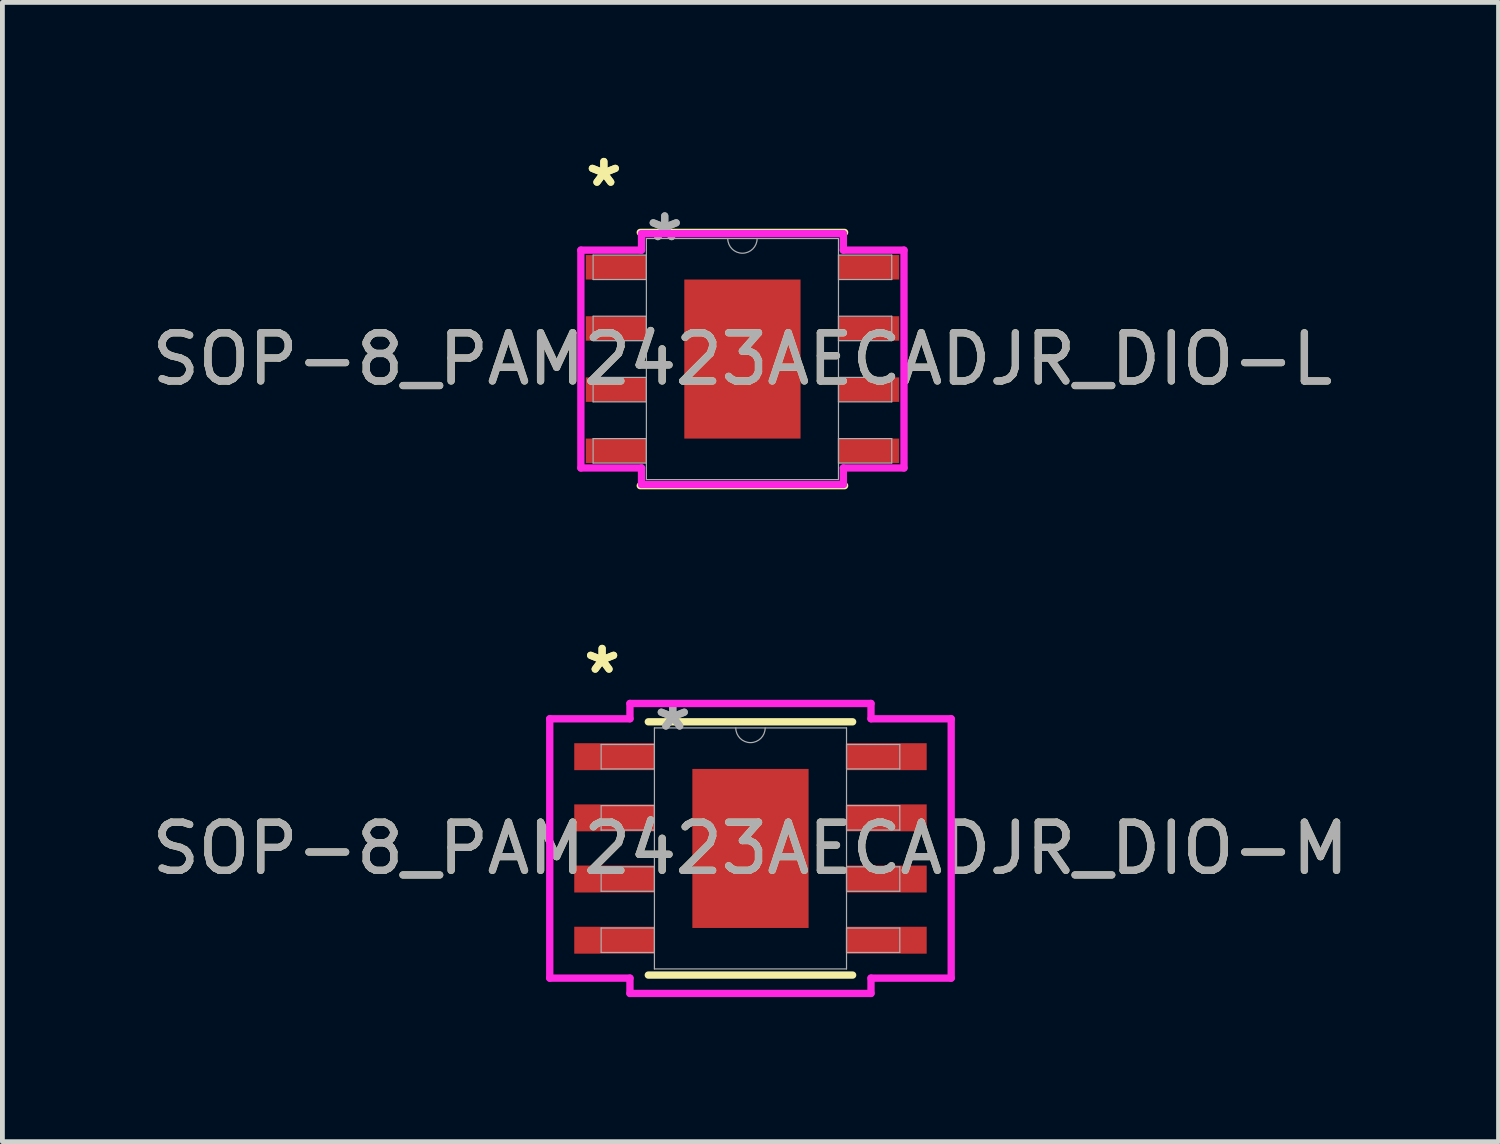
<source format=kicad_pcb>
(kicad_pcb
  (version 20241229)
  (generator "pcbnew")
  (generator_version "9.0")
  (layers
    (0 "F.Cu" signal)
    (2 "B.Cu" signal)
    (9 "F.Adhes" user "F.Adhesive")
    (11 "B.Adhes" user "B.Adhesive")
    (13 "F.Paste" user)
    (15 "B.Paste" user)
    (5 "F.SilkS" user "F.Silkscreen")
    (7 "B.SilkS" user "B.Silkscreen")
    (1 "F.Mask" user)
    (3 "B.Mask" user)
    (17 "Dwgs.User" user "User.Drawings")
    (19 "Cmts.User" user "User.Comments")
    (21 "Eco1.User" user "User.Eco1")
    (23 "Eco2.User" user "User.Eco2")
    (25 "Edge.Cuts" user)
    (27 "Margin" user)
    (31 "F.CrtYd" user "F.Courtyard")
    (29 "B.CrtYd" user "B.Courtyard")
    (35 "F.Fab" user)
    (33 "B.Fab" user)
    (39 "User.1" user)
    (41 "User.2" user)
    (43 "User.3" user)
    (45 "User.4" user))
  (footprint "SOP-8_PAM2423AECADJR_DIO-L"
    (layer "F.Cu")
    (at 12.363 4.404)
    (property "Reference" "SOP-8_PAM2423AECADJR_DIO-L" (at 0 0 0) (unlocked yes) (layer "F.SilkS") (effects (font (size 1 1) (thickness 0.15))))
    (attr smd)
    (fp_line (start -2.121 2.629) (end 2.121 2.629) (stroke (width 0.152) (type solid)) (layer "F.SilkS"))
    (fp_line (start 2.121 -2.629) (end -2.121 -2.629) (stroke (width 0.152) (type solid)) (layer "F.SilkS"))
    (fp_poly (pts (xy -1.107 -1.551) (xy -1.107 -0.1) (xy 1.107 -0.1) (xy 1.107 -1.551)) (stroke (width 0) (type solid)) (fill yes) (layer "F.Paste"))
    (fp_poly (pts (xy -1.107 0.1) (xy -1.107 1.551) (xy 1.107 1.551) (xy 1.107 0.1)) (stroke (width 0) (type solid)) (fill yes) (layer "F.Paste"))
    (fp_line (start -3.354 -2.261) (end -2.095 -2.261) (stroke (width 0.152) (type solid)) (layer "F.CrtYd"))
    (fp_line (start -3.354 2.261) (end -3.354 -2.261) (stroke (width 0.152) (type solid)) (layer "F.CrtYd"))
    (fp_line (start -3.354 2.261) (end -2.095 2.261) (stroke (width 0.152) (type solid)) (layer "F.CrtYd"))
    (fp_line (start -2.095 -2.603) (end 2.095 -2.603) (stroke (width 0.152) (type solid)) (layer "F.CrtYd"))
    (fp_line (start -2.095 -2.261) (end -2.095 -2.603) (stroke (width 0.152) (type solid)) (layer "F.CrtYd"))
    (fp_line (start -2.095 2.603) (end -2.095 2.261) (stroke (width 0.152) (type solid)) (layer "F.CrtYd"))
    (fp_line (start 2.095 -2.603) (end 2.095 -2.261) (stroke (width 0.152) (type solid)) (layer "F.CrtYd"))
    (fp_line (start 2.095 2.261) (end 2.095 2.603) (stroke (width 0.152) (type solid)) (layer "F.CrtYd"))
    (fp_line (start 2.095 2.603) (end -2.095 2.603) (stroke (width 0.152) (type solid)) (layer "F.CrtYd"))
    (fp_line (start 3.354 -2.261) (end 2.095 -2.261) (stroke (width 0.152) (type solid)) (layer "F.CrtYd"))
    (fp_line (start 3.354 -2.261) (end 3.354 2.261) (stroke (width 0.152) (type solid)) (layer "F.CrtYd"))
    (fp_line (start 3.354 2.261) (end 2.095 2.261) (stroke (width 0.152) (type solid)) (layer "F.CrtYd"))
    (fp_line (start -3.1 -2.159) (end -3.1 -1.651) (stroke (width 0.025) (type solid)) (layer "F.Fab"))
    (fp_line (start -3.1 -1.651) (end -1.994 -1.651) (stroke (width 0.025) (type solid)) (layer "F.Fab"))
    (fp_line (start -3.1 -0.889) (end -3.1 -0.381) (stroke (width 0.025) (type solid)) (layer "F.Fab"))
    (fp_line (start -3.1 -0.381) (end -1.994 -0.381) (stroke (width 0.025) (type solid)) (layer "F.Fab"))
    (fp_line (start -3.1 0.381) (end -3.1 0.889) (stroke (width 0.025) (type solid)) (layer "F.Fab"))
    (fp_line (start -3.1 0.889) (end -1.994 0.889) (stroke (width 0.025) (type solid)) (layer "F.Fab"))
    (fp_line (start -3.1 1.651) (end -3.1 2.159) (stroke (width 0.025) (type solid)) (layer "F.Fab"))
    (fp_line (start -3.1 2.159) (end -1.994 2.159) (stroke (width 0.025) (type solid)) (layer "F.Fab"))
    (fp_line (start -1.994 -2.502) (end -1.994 2.502) (stroke (width 0.025) (type solid)) (layer "F.Fab"))
    (fp_line (start -1.994 -2.159) (end -3.1 -2.159) (stroke (width 0.025) (type solid)) (layer "F.Fab"))
    (fp_line (start -1.994 -1.651) (end -1.994 -2.159) (stroke (width 0.025) (type solid)) (layer "F.Fab"))
    (fp_line (start -1.994 -0.889) (end -3.1 -0.889) (stroke (width 0.025) (type solid)) (layer "F.Fab"))
    (fp_line (start -1.994 -0.381) (end -1.994 -0.889) (stroke (width 0.025) (type solid)) (layer "F.Fab"))
    (fp_line (start -1.994 0.381) (end -3.1 0.381) (stroke (width 0.025) (type solid)) (layer "F.Fab"))
    (fp_line (start -1.994 0.889) (end -1.994 0.381) (stroke (width 0.025) (type solid)) (layer "F.Fab"))
    (fp_line (start -1.994 1.651) (end -3.1 1.651) (stroke (width 0.025) (type solid)) (layer "F.Fab"))
    (fp_line (start -1.994 2.159) (end -1.994 1.651) (stroke (width 0.025) (type solid)) (layer "F.Fab"))
    (fp_line (start -1.994 2.502) (end 1.994 2.502) (stroke (width 0.025) (type solid)) (layer "F.Fab"))
    (fp_line (start 1.994 -2.502) (end -1.994 -2.502) (stroke (width 0.025) (type solid)) (layer "F.Fab"))
    (fp_line (start 1.994 -2.159) (end 1.994 -1.651) (stroke (width 0.025) (type solid)) (layer "F.Fab"))
    (fp_line (start 1.994 -1.651) (end 3.1 -1.651) (stroke (width 0.025) (type solid)) (layer "F.Fab"))
    (fp_line (start 1.994 -0.889) (end 1.994 -0.381) (stroke (width 0.025) (type solid)) (layer "F.Fab"))
    (fp_line (start 1.994 -0.381) (end 3.1 -0.381) (stroke (width 0.025) (type solid)) (layer "F.Fab"))
    (fp_line (start 1.994 0.381) (end 1.994 0.889) (stroke (width 0.025) (type solid)) (layer "F.Fab"))
    (fp_line (start 1.994 0.889) (end 3.1 0.889) (stroke (width 0.025) (type solid)) (layer "F.Fab"))
    (fp_line (start 1.994 1.651) (end 1.994 2.159) (stroke (width 0.025) (type solid)) (layer "F.Fab"))
    (fp_line (start 1.994 2.159) (end 3.1 2.159) (stroke (width 0.025) (type solid)) (layer "F.Fab"))
    (fp_line (start 1.994 2.502) (end 1.994 -2.502) (stroke (width 0.025) (type solid)) (layer "F.Fab"))
    (fp_line (start 3.1 -2.159) (end 1.994 -2.159) (stroke (width 0.025) (type solid)) (layer "F.Fab"))
    (fp_line (start 3.1 -1.651) (end 3.1 -2.159) (stroke (width 0.025) (type solid)) (layer "F.Fab"))
    (fp_line (start 3.1 -0.889) (end 1.994 -0.889) (stroke (width 0.025) (type solid)) (layer "F.Fab"))
    (fp_line (start 3.1 -0.381) (end 3.1 -0.889) (stroke (width 0.025) (type solid)) (layer "F.Fab"))
    (fp_line (start 3.1 0.381) (end 1.994 0.381) (stroke (width 0.025) (type solid)) (layer "F.Fab"))
    (fp_line (start 3.1 0.889) (end 3.1 0.381) (stroke (width 0.025) (type solid)) (layer "F.Fab"))
    (fp_line (start 3.1 1.651) (end 1.994 1.651) (stroke (width 0.025) (type solid)) (layer "F.Fab"))
    (fp_line (start 3.1 2.159) (end 3.1 1.651) (stroke (width 0.025) (type solid)) (layer "F.Fab"))
    (fp_arc (start 0.3048 -2.5019) (mid 0 -2.1971) (end -0.3048 -2.5019) (stroke (width 0.0254) (type solid)) (layer "F.Fab"))
    (fp_text user "*" (at -2.877 -3.556 0) (unlocked yes) (layer "F.SilkS") (effects (font (size 1 1) (thickness 0.15))))
    (fp_text user "*" (at -2.877 -3.556 0) (layer "F.SilkS") (effects (font (size 1 1) (thickness 0.15))))
    (fp_text user "${REFERENCE}" (at 0 0 0) (unlocked yes) (layer "F.Fab") (effects (font (size 1 1) (thickness 0.15))))
    (fp_text user "*" (at -1.613 -2.426 0) (layer "F.Fab") (effects (font (size 1 1) (thickness 0.15))))
    (fp_text user "*" (at -1.613 -2.426 0) (unlocked yes) (layer "F.Fab") (effects (font (size 1 1) (thickness 0.15))))
    (pad "1" smd rect (at -2.623 -1.905) (size 1.258 0.508) (layers "F.Cu" "F.Mask" "F.Paste"))
    (pad "2" smd rect (at -2.623 -0.635) (size 1.258 0.508) (layers "F.Cu" "F.Mask" "F.Paste"))
    (pad "3" smd rect (at -2.623 0.635) (size 1.258 0.508) (layers "F.Cu" "F.Mask" "F.Paste"))
    (pad "4" smd rect (at -2.623 1.905) (size 1.258 0.508) (layers "F.Cu" "F.Mask" "F.Paste"))
    (pad "5" smd rect (at 2.623 1.905) (size 1.258 0.508) (layers "F.Cu" "F.Mask" "F.Paste"))
    (pad "6" smd rect (at 2.623 0.635) (size 1.258 0.508) (layers "F.Cu" "F.Mask" "F.Paste"))
    (pad "7" smd rect (at 2.623 -0.635) (size 1.258 0.508) (layers "F.Cu" "F.Mask" "F.Paste"))
    (pad "8" smd rect (at 2.623 -1.905) (size 1.258 0.508) (layers "F.Cu" "F.Mask" "F.Paste"))
    (pad "EPAD" smd rect (at 0 0) (size 2.413 3.302) (layers "F.Cu" "F.Mask")))
  (footprint "SOP-8_PAM2423AECADJR_DIO-M"
    (layer "F.Cu")
    (at 12.53 14.564)
    (property "Reference" "SOP-8_PAM2423AECADJR_DIO-M" (at 0 0 0) (unlocked yes) (layer "F.SilkS") (effects (font (size 1 1) (thickness 0.15))))
    (attr smd)
    (fp_line (start -2.121 2.629) (end 2.121 2.629) (stroke (width 0.152) (type solid)) (layer "F.SilkS"))
    (fp_line (start 2.121 -2.629) (end -2.121 -2.629) (stroke (width 0.152) (type solid)) (layer "F.SilkS"))
    (fp_poly (pts (xy -1.107 -1.551) (xy -1.107 -0.1) (xy 1.107 -0.1) (xy 1.107 -1.551)) (stroke (width 0) (type solid)) (fill yes) (layer "F.Paste"))
    (fp_poly (pts (xy -1.107 0.1) (xy -1.107 1.551) (xy 1.107 1.551) (xy 1.107 0.1)) (stroke (width 0) (type solid)) (fill yes) (layer "F.Paste"))
    (fp_line (start -4.167 -2.692) (end -2.502 -2.692) (stroke (width 0.152) (type solid)) (layer "F.CrtYd"))
    (fp_line (start -4.167 2.692) (end -4.167 -2.692) (stroke (width 0.152) (type solid)) (layer "F.CrtYd"))
    (fp_line (start -4.167 2.692) (end -2.502 2.692) (stroke (width 0.152) (type solid)) (layer "F.CrtYd"))
    (fp_line (start -2.502 -3.01) (end 2.502 -3.01) (stroke (width 0.152) (type solid)) (layer "F.CrtYd"))
    (fp_line (start -2.502 -2.692) (end -2.502 -3.01) (stroke (width 0.152) (type solid)) (layer "F.CrtYd"))
    (fp_line (start -2.502 3.01) (end -2.502 2.692) (stroke (width 0.152) (type solid)) (layer "F.CrtYd"))
    (fp_line (start 2.502 -3.01) (end 2.502 -2.692) (stroke (width 0.152) (type solid)) (layer "F.CrtYd"))
    (fp_line (start 2.502 2.692) (end 2.502 3.01) (stroke (width 0.152) (type solid)) (layer "F.CrtYd"))
    (fp_line (start 2.502 3.01) (end -2.502 3.01) (stroke (width 0.152) (type solid)) (layer "F.CrtYd"))
    (fp_line (start 4.167 -2.692) (end 2.502 -2.692) (stroke (width 0.152) (type solid)) (layer "F.CrtYd"))
    (fp_line (start 4.167 -2.692) (end 4.167 2.692) (stroke (width 0.152) (type solid)) (layer "F.CrtYd"))
    (fp_line (start 4.167 2.692) (end 2.502 2.692) (stroke (width 0.152) (type solid)) (layer "F.CrtYd"))
    (fp_line (start -3.1 -2.159) (end -3.1 -1.651) (stroke (width 0.025) (type solid)) (layer "F.Fab"))
    (fp_line (start -3.1 -1.651) (end -1.994 -1.651) (stroke (width 0.025) (type solid)) (layer "F.Fab"))
    (fp_line (start -3.1 -0.889) (end -3.1 -0.381) (stroke (width 0.025) (type solid)) (layer "F.Fab"))
    (fp_line (start -3.1 -0.381) (end -1.994 -0.381) (stroke (width 0.025) (type solid)) (layer "F.Fab"))
    (fp_line (start -3.1 0.381) (end -3.1 0.889) (stroke (width 0.025) (type solid)) (layer "F.Fab"))
    (fp_line (start -3.1 0.889) (end -1.994 0.889) (stroke (width 0.025) (type solid)) (layer "F.Fab"))
    (fp_line (start -3.1 1.651) (end -3.1 2.159) (stroke (width 0.025) (type solid)) (layer "F.Fab"))
    (fp_line (start -3.1 2.159) (end -1.994 2.159) (stroke (width 0.025) (type solid)) (layer "F.Fab"))
    (fp_line (start -1.994 -2.502) (end -1.994 2.502) (stroke (width 0.025) (type solid)) (layer "F.Fab"))
    (fp_line (start -1.994 -2.159) (end -3.1 -2.159) (stroke (width 0.025) (type solid)) (layer "F.Fab"))
    (fp_line (start -1.994 -1.651) (end -1.994 -2.159) (stroke (width 0.025) (type solid)) (layer "F.Fab"))
    (fp_line (start -1.994 -0.889) (end -3.1 -0.889) (stroke (width 0.025) (type solid)) (layer "F.Fab"))
    (fp_line (start -1.994 -0.381) (end -1.994 -0.889) (stroke (width 0.025) (type solid)) (layer "F.Fab"))
    (fp_line (start -1.994 0.381) (end -3.1 0.381) (stroke (width 0.025) (type solid)) (layer "F.Fab"))
    (fp_line (start -1.994 0.889) (end -1.994 0.381) (stroke (width 0.025) (type solid)) (layer "F.Fab"))
    (fp_line (start -1.994 1.651) (end -3.1 1.651) (stroke (width 0.025) (type solid)) (layer "F.Fab"))
    (fp_line (start -1.994 2.159) (end -1.994 1.651) (stroke (width 0.025) (type solid)) (layer "F.Fab"))
    (fp_line (start -1.994 2.502) (end 1.994 2.502) (stroke (width 0.025) (type solid)) (layer "F.Fab"))
    (fp_line (start 1.994 -2.502) (end -1.994 -2.502) (stroke (width 0.025) (type solid)) (layer "F.Fab"))
    (fp_line (start 1.994 -2.159) (end 1.994 -1.651) (stroke (width 0.025) (type solid)) (layer "F.Fab"))
    (fp_line (start 1.994 -1.651) (end 3.1 -1.651) (stroke (width 0.025) (type solid)) (layer "F.Fab"))
    (fp_line (start 1.994 -0.889) (end 1.994 -0.381) (stroke (width 0.025) (type solid)) (layer "F.Fab"))
    (fp_line (start 1.994 -0.381) (end 3.1 -0.381) (stroke (width 0.025) (type solid)) (layer "F.Fab"))
    (fp_line (start 1.994 0.381) (end 1.994 0.889) (stroke (width 0.025) (type solid)) (layer "F.Fab"))
    (fp_line (start 1.994 0.889) (end 3.1 0.889) (stroke (width 0.025) (type solid)) (layer "F.Fab"))
    (fp_line (start 1.994 1.651) (end 1.994 2.159) (stroke (width 0.025) (type solid)) (layer "F.Fab"))
    (fp_line (start 1.994 2.159) (end 3.1 2.159) (stroke (width 0.025) (type solid)) (layer "F.Fab"))
    (fp_line (start 1.994 2.502) (end 1.994 -2.502) (stroke (width 0.025) (type solid)) (layer "F.Fab"))
    (fp_line (start 3.1 -2.159) (end 1.994 -2.159) (stroke (width 0.025) (type solid)) (layer "F.Fab"))
    (fp_line (start 3.1 -1.651) (end 3.1 -2.159) (stroke (width 0.025) (type solid)) (layer "F.Fab"))
    (fp_line (start 3.1 -0.889) (end 1.994 -0.889) (stroke (width 0.025) (type solid)) (layer "F.Fab"))
    (fp_line (start 3.1 -0.381) (end 3.1 -0.889) (stroke (width 0.025) (type solid)) (layer "F.Fab"))
    (fp_line (start 3.1 0.381) (end 1.994 0.381) (stroke (width 0.025) (type solid)) (layer "F.Fab"))
    (fp_line (start 3.1 0.889) (end 3.1 0.381) (stroke (width 0.025) (type solid)) (layer "F.Fab"))
    (fp_line (start 3.1 1.651) (end 1.994 1.651) (stroke (width 0.025) (type solid)) (layer "F.Fab"))
    (fp_line (start 3.1 2.159) (end 3.1 1.651) (stroke (width 0.025) (type solid)) (layer "F.Fab"))
    (fp_arc (start 0.3048 -2.5019) (mid 0 -2.1971) (end -0.3048 -2.5019) (stroke (width 0.0254) (type solid)) (layer "F.Fab"))
    (fp_text user "*" (at -3.08 -3.607 0) (layer "F.SilkS") (effects (font (size 1 1) (thickness 0.15))))
    (fp_text user "*" (at -3.08 -3.607 0) (unlocked yes) (layer "F.SilkS") (effects (font (size 1 1) (thickness 0.15))))
    (fp_text user "${REFERENCE}" (at 0 0 0) (unlocked yes) (layer "F.Fab") (effects (font (size 1 1) (thickness 0.15))))
    (fp_text user "*" (at -1.613 -2.426 0) (layer "F.Fab") (effects (font (size 1 1) (thickness 0.15))))
    (fp_text user "*" (at -1.613 -2.426 0) (unlocked yes) (layer "F.Fab") (effects (font (size 1 1) (thickness 0.15))))
    (pad "1" smd rect (at -2.826 -1.905) (size 1.665 0.559) (layers "F.Cu" "F.Mask" "F.Paste"))
    (pad "2" smd rect (at -2.826 -0.635) (size 1.665 0.559) (layers "F.Cu" "F.Mask" "F.Paste"))
    (pad "3" smd rect (at -2.826 0.635) (size 1.665 0.559) (layers "F.Cu" "F.Mask" "F.Paste"))
    (pad "4" smd rect (at -2.826 1.905) (size 1.665 0.559) (layers "F.Cu" "F.Mask" "F.Paste"))
    (pad "5" smd rect (at 2.826 1.905) (size 1.665 0.559) (layers "F.Cu" "F.Mask" "F.Paste"))
    (pad "6" smd rect (at 2.826 0.635) (size 1.665 0.559) (layers "F.Cu" "F.Mask" "F.Paste"))
    (pad "7" smd rect (at 2.826 -0.635) (size 1.665 0.559) (layers "F.Cu" "F.Mask" "F.Paste"))
    (pad "8" smd rect (at 2.826 -1.905) (size 1.665 0.559) (layers "F.Cu" "F.Mask" "F.Paste"))
    (pad "EPAD" smd rect (at 0 0) (size 2.413 3.302) (layers "F.Cu" "F.Mask")))
  (gr_rect
    (start -3 -3)
    (end 28.06 20.651)
    (stroke (width 0.1) (type default))
    (fill no)
    (layer "Edge.Cuts")))
</source>
